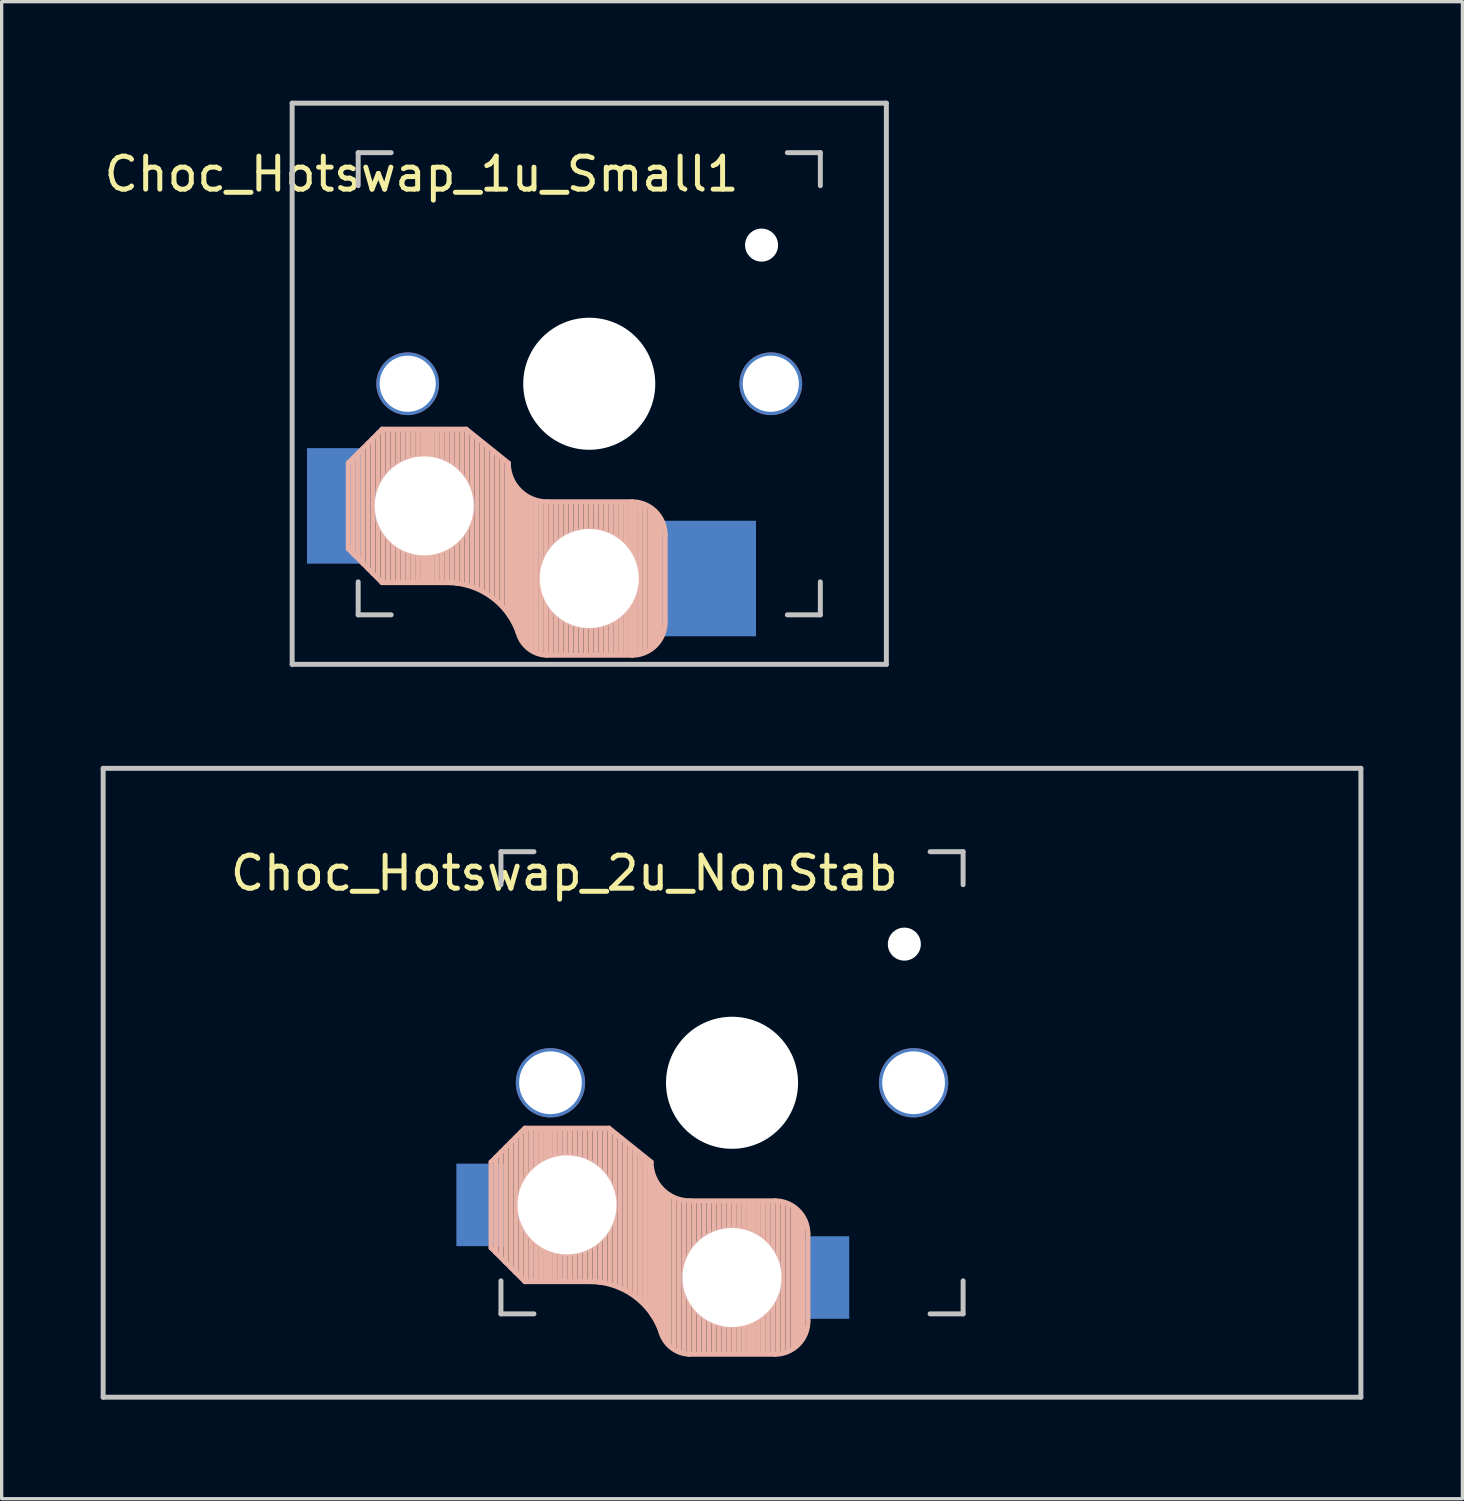
<source format=kicad_pcb>
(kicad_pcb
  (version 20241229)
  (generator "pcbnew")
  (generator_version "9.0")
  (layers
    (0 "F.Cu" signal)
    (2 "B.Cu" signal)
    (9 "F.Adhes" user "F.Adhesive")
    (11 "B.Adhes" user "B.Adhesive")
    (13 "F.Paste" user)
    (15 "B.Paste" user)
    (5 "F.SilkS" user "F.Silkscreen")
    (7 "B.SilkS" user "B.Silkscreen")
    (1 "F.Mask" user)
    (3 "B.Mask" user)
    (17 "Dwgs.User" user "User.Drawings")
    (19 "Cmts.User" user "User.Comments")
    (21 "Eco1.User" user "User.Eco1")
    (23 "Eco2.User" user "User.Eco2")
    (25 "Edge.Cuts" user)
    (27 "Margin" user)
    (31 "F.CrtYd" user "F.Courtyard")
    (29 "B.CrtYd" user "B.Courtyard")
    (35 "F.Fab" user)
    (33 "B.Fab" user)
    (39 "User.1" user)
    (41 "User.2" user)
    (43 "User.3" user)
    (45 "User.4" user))
  (footprint "Choc_Hotswap_2u_NonStab"
    (layer "F.Cu")
    (at 19.125 29.75)
    (property "Reference" "Choc_Hotswap_2u_NonStab" (at -5.08 -6.35 180) (layer "F.SilkS") (effects (font (size 1 1) (thickness 0.15))))
    (attr through_hole)
    (fp_line (start -7.3 2.4) (end -7.3 5) (stroke (width 0.15) (type solid)) (layer "B.SilkS"))
    (fp_line (start -7.3 2.4) (end -6.275 1.375) (stroke (width 0.15) (type solid)) (layer "B.SilkS"))
    (fp_line (start -7.3 5) (end -6.275 6.025) (stroke (width 0.15) (type solid)) (layer "B.SilkS"))
    (fp_line (start -7.15 5.15) (end -7.15 2.25) (stroke (width 0.15) (type solid)) (layer "B.SilkS"))
    (fp_line (start -7 5.25) (end -7 2.1) (stroke (width 0.15) (type solid)) (layer "B.SilkS"))
    (fp_line (start -6.85 5.45) (end -6.85 1.95) (stroke (width 0.15) (type solid)) (layer "B.SilkS"))
    (fp_line (start -6.7 5.6) (end -6.7 1.8) (stroke (width 0.15) (type solid)) (layer "B.SilkS"))
    (fp_line (start -6.55 5.75) (end -6.55 1.65) (stroke (width 0.15) (type solid)) (layer "B.SilkS"))
    (fp_line (start -6.4 5.85) (end -6.4 1.5) (stroke (width 0.15) (type solid)) (layer "B.SilkS"))
    (fp_line (start -6.25 6) (end -6.25 1.4) (stroke (width 0.15) (type solid)) (layer "B.SilkS"))
    (fp_line (start -6.1 6) (end -6.1 1.4) (stroke (width 0.15) (type solid)) (layer "B.SilkS"))
    (fp_line (start -5.95 6) (end -5.95 1.4) (stroke (width 0.15) (type solid)) (layer "B.SilkS"))
    (fp_line (start -5.8 6) (end -5.8 1.4) (stroke (width 0.15) (type solid)) (layer "B.SilkS"))
    (fp_line (start -5.65 6) (end -5.65 1.4) (stroke (width 0.15) (type solid)) (layer "B.SilkS"))
    (fp_line (start -5.5 6) (end -5.5 1.4) (stroke (width 0.15) (type solid)) (layer "B.SilkS"))
    (fp_line (start -5.35 6) (end -5.35 1.4) (stroke (width 0.15) (type solid)) (layer "B.SilkS"))
    (fp_line (start -5.2 6) (end -5.2 1.4) (stroke (width 0.15) (type solid)) (layer "B.SilkS"))
    (fp_line (start -5.05 6) (end -5.05 1.4) (stroke (width 0.15) (type solid)) (layer "B.SilkS"))
    (fp_line (start -4.9 6) (end -4.9 1.4) (stroke (width 0.15) (type solid)) (layer "B.SilkS"))
    (fp_line (start -4.75 6) (end -4.75 1.4) (stroke (width 0.15) (type solid)) (layer "B.SilkS"))
    (fp_line (start -4.6 6) (end -4.6 1.4) (stroke (width 0.15) (type solid)) (layer "B.SilkS"))
    (fp_line (start -4.45 6) (end -4.45 1.4) (stroke (width 0.15) (type solid)) (layer "B.SilkS"))
    (fp_line (start -4.3 6) (end -4.3 1.4) (stroke (width 0.15) (type solid)) (layer "B.SilkS"))
    (fp_line (start -4.3 6.025) (end -6.275 6.025) (stroke (width 0.15) (type solid)) (layer "B.SilkS"))
    (fp_line (start -4.15 6) (end -4.15 1.45) (stroke (width 0.15) (type solid)) (layer "B.SilkS"))
    (fp_line (start -4 6.05) (end -4 1.4) (stroke (width 0.15) (type solid)) (layer "B.SilkS"))
    (fp_line (start -3.85 6.05) (end -3.85 1.4) (stroke (width 0.15) (type solid)) (layer "B.SilkS"))
    (fp_line (start -3.725 1.375) (end -6.275 1.375) (stroke (width 0.15) (type solid)) (layer "B.SilkS"))
    (fp_line (start -3.725 1.375) (end -2.45 2.4) (stroke (width 0.15) (type solid)) (layer "B.SilkS"))
    (fp_line (start -3.7 6.05) (end -3.7 1.45) (stroke (width 0.15) (type solid)) (layer "B.SilkS"))
    (fp_line (start -3.55 6.1) (end -3.55 1.55) (stroke (width 0.15) (type solid)) (layer "B.SilkS"))
    (fp_line (start -3.4 6.2) (end -3.4 1.65) (stroke (width 0.15) (type solid)) (layer "B.SilkS"))
    (fp_line (start -3.25 6.25) (end -3.25 1.8) (stroke (width 0.15) (type solid)) (layer "B.SilkS"))
    (fp_line (start -3.1 6.35) (end -3.1 1.9) (stroke (width 0.15) (type solid)) (layer "B.SilkS"))
    (fp_line (start -2.95 6.45) (end -2.95 2.05) (stroke (width 0.15) (type solid)) (layer "B.SilkS"))
    (fp_line (start -2.8 6.55) (end -2.8 2.15) (stroke (width 0.15) (type solid)) (layer "B.SilkS"))
    (fp_line (start -2.65 6.7) (end -2.65 2.25) (stroke (width 0.15) (type solid)) (layer "B.SilkS"))
    (fp_line (start -2.5 6.85) (end -2.5 2.4) (stroke (width 0.15) (type solid)) (layer "B.SilkS"))
    (fp_line (start -2.4 7.05) (end -2.4 2.9) (stroke (width 0.15) (type solid)) (layer "B.SilkS"))
    (fp_line (start -2.3 7.2) (end -2.3 3.05) (stroke (width 0.15) (type solid)) (layer "B.SilkS"))
    (fp_line (start -2.2 7.4) (end -2.2 3.25) (stroke (width 0.15) (type solid)) (layer "B.SilkS"))
    (fp_line (start -2.1 7.55) (end -2.1 3.35) (stroke (width 0.15) (type solid)) (layer "B.SilkS"))
    (fp_line (start -2 7.8) (end -2 3.4) (stroke (width 0.15) (type solid)) (layer "B.SilkS"))
    (fp_line (start -1.9 7.95) (end -1.9 3.45) (stroke (width 0.15) (type solid)) (layer "B.SilkS"))
    (fp_line (start -1.75 8.05) (end -1.75 3.5) (stroke (width 0.15) (type solid)) (layer "B.SilkS"))
    (fp_line (start -1.6 8.15) (end -1.6 3.6) (stroke (width 0.15) (type solid)) (layer "B.SilkS"))
    (fp_line (start -1.45 8.2) (end -1.45 3.6) (stroke (width 0.15) (type solid)) (layer "B.SilkS"))
    (fp_line (start -1.3 8.2) (end -1.3 3.6) (stroke (width 0.15) (type solid)) (layer "B.SilkS"))
    (fp_line (start -1.15 8.2) (end -1.15 3.65) (stroke (width 0.15) (type solid)) (layer "B.SilkS"))
    (fp_line (start -1 8.2) (end -1 3.6) (stroke (width 0.15) (type solid)) (layer "B.SilkS"))
    (fp_line (start -0.85 8.2) (end -0.85 3.6) (stroke (width 0.15) (type solid)) (layer "B.SilkS"))
    (fp_line (start -0.7 8.2) (end -0.7 3.6) (stroke (width 0.15) (type solid)) (layer "B.SilkS"))
    (fp_line (start -0.55 8.2) (end -0.55 3.6) (stroke (width 0.15) (type solid)) (layer "B.SilkS"))
    (fp_line (start -0.4 8.2) (end -0.4 3.6) (stroke (width 0.15) (type solid)) (layer "B.SilkS"))
    (fp_line (start -0.25 8.2) (end -0.25 3.6) (stroke (width 0.15) (type solid)) (layer "B.SilkS"))
    (fp_line (start -0.1 8.2) (end -0.1 3.6) (stroke (width 0.15) (type solid)) (layer "B.SilkS"))
    (fp_line (start 0.05 8.2) (end 0.05 3.6) (stroke (width 0.15) (type solid)) (layer "B.SilkS"))
    (fp_line (start 0.2 8.2) (end 0.2 3.6) (stroke (width 0.15) (type solid)) (layer "B.SilkS"))
    (fp_line (start 0.35 8.2) (end 0.35 3.6) (stroke (width 0.15) (type solid)) (layer "B.SilkS"))
    (fp_line (start 0.5 8.2) (end 0.5 3.6) (stroke (width 0.15) (type solid)) (layer "B.SilkS"))
    (fp_line (start 0.65 8.2) (end 0.65 3.6) (stroke (width 0.15) (type solid)) (layer "B.SilkS"))
    (fp_line (start 0.8 8.2) (end 0.8 3.6) (stroke (width 0.15) (type solid)) (layer "B.SilkS"))
    (fp_line (start 0.95 8.2) (end 0.95 3.6) (stroke (width 0.15) (type solid)) (layer "B.SilkS"))
    (fp_line (start 1.1 8.2) (end 1.1 3.6) (stroke (width 0.15) (type solid)) (layer "B.SilkS"))
    (fp_line (start 1.25 8.2) (end 1.25 3.6) (stroke (width 0.15) (type solid)) (layer "B.SilkS"))
    (fp_line (start 1.3 3.575) (end -1.275 3.575) (stroke (width 0.15) (type solid)) (layer "B.SilkS"))
    (fp_line (start 1.3 8.225) (end -1.3 8.225) (stroke (width 0.15) (type solid)) (layer "B.SilkS"))
    (fp_line (start 1.4 8.2) (end 1.4 3.65) (stroke (width 0.15) (type solid)) (layer "B.SilkS"))
    (fp_line (start 1.55 8.15) (end 1.55 3.65) (stroke (width 0.15) (type solid)) (layer "B.SilkS"))
    (fp_line (start 1.7 8.1) (end 1.7 3.7) (stroke (width 0.15) (type solid)) (layer "B.SilkS"))
    (fp_line (start 1.85 8) (end 1.85 3.8) (stroke (width 0.15) (type solid)) (layer "B.SilkS"))
    (fp_line (start 1.95 7.9) (end 1.95 3.95) (stroke (width 0.15) (type solid)) (layer "B.SilkS"))
    (fp_line (start 2.05 7.8) (end 2.05 4.05) (stroke (width 0.15) (type solid)) (layer "B.SilkS"))
    (fp_line (start 2.15 7.65) (end 2.15 4.1) (stroke (width 0.15) (type solid)) (layer "B.SilkS"))
    (fp_line (start 2.3 4.575) (end 2.3 7.225) (stroke (width 0.15) (type solid)) (layer "B.SilkS"))
    (fp_arc (start -4.3 6.025) (mid -2.995114 6.436429) (end -2.162199 7.521904) (stroke (width 0.15) (type solid)) (layer "B.SilkS"))
    (fp_arc (start -1.300995 8.223791) (mid -1.848284 8.016021) (end -2.162199 7.521904) (stroke (width 0.15) (type solid)) (layer "B.SilkS"))
    (fp_arc (start -1.275 3.575) (mid -2.10585 3.23085) (end -2.45 2.4) (stroke (width 0.15) (type solid)) (layer "B.SilkS"))
    (fp_arc (start 1.3 3.575) (mid 2.007107 3.867893) (end 2.3 4.575) (stroke (width 0.15) (type solid)) (layer "B.SilkS"))
    (fp_arc (start 2.3 7.225) (mid 2.007107 7.932107) (end 1.3 8.225) (stroke (width 0.15) (type solid)) (layer "B.SilkS"))
    (fp_line (start -19.05 -9.525) (end 19.05 -9.525) (stroke (width 0.15) (type solid)) (layer "Dwgs.User"))
    (fp_line (start -19.05 9.525) (end -19.05 -9.525) (stroke (width 0.15) (type solid)) (layer "Dwgs.User"))
    (fp_line (start -7 -7) (end -6 -7) (stroke (width 0.15) (type solid)) (layer "Dwgs.User"))
    (fp_line (start -7 -6) (end -7 -7) (stroke (width 0.15) (type solid)) (layer "Dwgs.User"))
    (fp_line (start -7 7) (end -7 6) (stroke (width 0.15) (type solid)) (layer "Dwgs.User"))
    (fp_line (start -6 7) (end -7 7) (stroke (width 0.15) (type solid)) (layer "Dwgs.User"))
    (fp_line (start 6 7) (end 7 7) (stroke (width 0.15) (type solid)) (layer "Dwgs.User"))
    (fp_line (start 7 -7) (end 6 -7) (stroke (width 0.15) (type solid)) (layer "Dwgs.User"))
    (fp_line (start 7 -6) (end 7 -7) (stroke (width 0.15) (type solid)) (layer "Dwgs.User"))
    (fp_line (start 7 7) (end 7 6) (stroke (width 0.15) (type solid)) (layer "Dwgs.User"))
    (fp_line (start 19.05 -9.525) (end 19.05 9.525) (stroke (width 0.15) (type solid)) (layer "Dwgs.User"))
    (fp_line (start 19.05 9.525) (end -19.05 9.525) (stroke (width 0.15) (type solid)) (layer "Dwgs.User"))
    (pad "" np_thru_hole circle (at -5.5 0 90) (size 2.1 2.1) (drill 1.9) (layers "*.Cu" "*.Mask"))
    (pad "" np_thru_hole circle (at -5 3.7 90) (size 3.1 3.1) (drill 3) (layers "*.Cu" "*.Mask"))
    (pad "" np_thru_hole circle (at 0 0 90) (size 4 4) (drill 4) (layers "*.Cu" "*.Mask"))
    (pad "" np_thru_hole circle (at 0 5.9 90) (size 3.1 3.1) (drill 3) (layers "*.Cu" "*.Mask"))
    (pad "" np_thru_hole circle (at 5.22 -4.2) (size 1 1) (drill 1) (layers "*.Cu" "*.Mask"))
    (pad "" np_thru_hole circle (at 5.5 0 90) (size 2.1 2.1) (drill 1.9) (layers "*.Cu" "*.Mask"))
    (pad "1" smd rect (at -7.6 3.7 180) (size 1.5 2.5) (layers "B.Cu" "B.Mask" "B.Paste"))
    (pad "2" smd rect (at 2.8 5.9 180) (size 1.5 2.5) (layers "B.Cu" "B.Mask" "B.Paste")))
  (footprint "Choc_Hotswap_1u_Small1"
    (layer "F.Cu")
    (at 14.8 8.575)
    (property "Reference" "Choc_Hotswap_1u_Small1" (at -5.08 -6.35 180) (layer "F.SilkS") (effects (font (size 1 1) (thickness 0.15))))
    (attr through_hole)
    (fp_line (start -7.3 2.4) (end -7.3 5) (stroke (width 0.15) (type solid)) (layer "B.SilkS"))
    (fp_line (start -7.3 2.4) (end -6.275 1.375) (stroke (width 0.15) (type solid)) (layer "B.SilkS"))
    (fp_line (start -7.3 5) (end -6.275 6.025) (stroke (width 0.15) (type solid)) (layer "B.SilkS"))
    (fp_line (start -7.15 5.15) (end -7.15 2.25) (stroke (width 0.15) (type solid)) (layer "B.SilkS"))
    (fp_line (start -7 5.25) (end -7 2.1) (stroke (width 0.15) (type solid)) (layer "B.SilkS"))
    (fp_line (start -6.85 5.45) (end -6.85 1.95) (stroke (width 0.15) (type solid)) (layer "B.SilkS"))
    (fp_line (start -6.7 5.6) (end -6.7 1.8) (stroke (width 0.15) (type solid)) (layer "B.SilkS"))
    (fp_line (start -6.55 5.75) (end -6.55 1.65) (stroke (width 0.15) (type solid)) (layer "B.SilkS"))
    (fp_line (start -6.4 5.85) (end -6.4 1.5) (stroke (width 0.15) (type solid)) (layer "B.SilkS"))
    (fp_line (start -6.25 6) (end -6.25 1.4) (stroke (width 0.15) (type solid)) (layer "B.SilkS"))
    (fp_line (start -6.1 6) (end -6.1 1.4) (stroke (width 0.15) (type solid)) (layer "B.SilkS"))
    (fp_line (start -5.95 6) (end -5.95 1.4) (stroke (width 0.15) (type solid)) (layer "B.SilkS"))
    (fp_line (start -5.8 6) (end -5.8 1.4) (stroke (width 0.15) (type solid)) (layer "B.SilkS"))
    (fp_line (start -5.65 6) (end -5.65 1.4) (stroke (width 0.15) (type solid)) (layer "B.SilkS"))
    (fp_line (start -5.5 6) (end -5.5 1.4) (stroke (width 0.15) (type solid)) (layer "B.SilkS"))
    (fp_line (start -5.35 6) (end -5.35 1.4) (stroke (width 0.15) (type solid)) (layer "B.SilkS"))
    (fp_line (start -5.2 6) (end -5.2 1.4) (stroke (width 0.15) (type solid)) (layer "B.SilkS"))
    (fp_line (start -5.05 6) (end -5.05 1.4) (stroke (width 0.15) (type solid)) (layer "B.SilkS"))
    (fp_line (start -4.9 6) (end -4.9 1.4) (stroke (width 0.15) (type solid)) (layer "B.SilkS"))
    (fp_line (start -4.75 6) (end -4.75 1.4) (stroke (width 0.15) (type solid)) (layer "B.SilkS"))
    (fp_line (start -4.6 6) (end -4.6 1.4) (stroke (width 0.15) (type solid)) (layer "B.SilkS"))
    (fp_line (start -4.45 6) (end -4.45 1.4) (stroke (width 0.15) (type solid)) (layer "B.SilkS"))
    (fp_line (start -4.3 6) (end -4.3 1.4) (stroke (width 0.15) (type solid)) (layer "B.SilkS"))
    (fp_line (start -4.3 6.025) (end -6.275 6.025) (stroke (width 0.15) (type solid)) (layer "B.SilkS"))
    (fp_line (start -4.15 6) (end -4.15 1.45) (stroke (width 0.15) (type solid)) (layer "B.SilkS"))
    (fp_line (start -4 6.05) (end -4 1.4) (stroke (width 0.15) (type solid)) (layer "B.SilkS"))
    (fp_line (start -3.85 6.05) (end -3.85 1.4) (stroke (width 0.15) (type solid)) (layer "B.SilkS"))
    (fp_line (start -3.725 1.375) (end -6.275 1.375) (stroke (width 0.15) (type solid)) (layer "B.SilkS"))
    (fp_line (start -3.725 1.375) (end -2.45 2.4) (stroke (width 0.15) (type solid)) (layer "B.SilkS"))
    (fp_line (start -3.7 6.05) (end -3.7 1.45) (stroke (width 0.15) (type solid)) (layer "B.SilkS"))
    (fp_line (start -3.55 6.1) (end -3.55 1.55) (stroke (width 0.15) (type solid)) (layer "B.SilkS"))
    (fp_line (start -3.4 6.2) (end -3.4 1.65) (stroke (width 0.15) (type solid)) (layer "B.SilkS"))
    (fp_line (start -3.25 6.25) (end -3.25 1.8) (stroke (width 0.15) (type solid)) (layer "B.SilkS"))
    (fp_line (start -3.1 6.35) (end -3.1 1.9) (stroke (width 0.15) (type solid)) (layer "B.SilkS"))
    (fp_line (start -2.95 6.45) (end -2.95 2.05) (stroke (width 0.15) (type solid)) (layer "B.SilkS"))
    (fp_line (start -2.8 6.55) (end -2.8 2.15) (stroke (width 0.15) (type solid)) (layer "B.SilkS"))
    (fp_line (start -2.65 6.7) (end -2.65 2.25) (stroke (width 0.15) (type solid)) (layer "B.SilkS"))
    (fp_line (start -2.5 6.85) (end -2.5 2.4) (stroke (width 0.15) (type solid)) (layer "B.SilkS"))
    (fp_line (start -2.4 7.05) (end -2.4 2.9) (stroke (width 0.15) (type solid)) (layer "B.SilkS"))
    (fp_line (start -2.3 7.2) (end -2.3 3.05) (stroke (width 0.15) (type solid)) (layer "B.SilkS"))
    (fp_line (start -2.2 7.4) (end -2.2 3.25) (stroke (width 0.15) (type solid)) (layer "B.SilkS"))
    (fp_line (start -2.1 7.55) (end -2.1 3.35) (stroke (width 0.15) (type solid)) (layer "B.SilkS"))
    (fp_line (start -2 7.8) (end -2 3.4) (stroke (width 0.15) (type solid)) (layer "B.SilkS"))
    (fp_line (start -1.9 7.95) (end -1.9 3.45) (stroke (width 0.15) (type solid)) (layer "B.SilkS"))
    (fp_line (start -1.75 8.05) (end -1.75 3.5) (stroke (width 0.15) (type solid)) (layer "B.SilkS"))
    (fp_line (start -1.6 8.15) (end -1.6 3.6) (stroke (width 0.15) (type solid)) (layer "B.SilkS"))
    (fp_line (start -1.45 8.2) (end -1.45 3.6) (stroke (width 0.15) (type solid)) (layer "B.SilkS"))
    (fp_line (start -1.3 8.2) (end -1.3 3.6) (stroke (width 0.15) (type solid)) (layer "B.SilkS"))
    (fp_line (start -1.15 8.2) (end -1.15 3.65) (stroke (width 0.15) (type solid)) (layer "B.SilkS"))
    (fp_line (start -1 8.2) (end -1 3.6) (stroke (width 0.15) (type solid)) (layer "B.SilkS"))
    (fp_line (start -0.85 8.2) (end -0.85 3.6) (stroke (width 0.15) (type solid)) (layer "B.SilkS"))
    (fp_line (start -0.7 8.2) (end -0.7 3.6) (stroke (width 0.15) (type solid)) (layer "B.SilkS"))
    (fp_line (start -0.55 8.2) (end -0.55 3.6) (stroke (width 0.15) (type solid)) (layer "B.SilkS"))
    (fp_line (start -0.4 8.2) (end -0.4 3.6) (stroke (width 0.15) (type solid)) (layer "B.SilkS"))
    (fp_line (start -0.25 8.2) (end -0.25 3.6) (stroke (width 0.15) (type solid)) (layer "B.SilkS"))
    (fp_line (start -0.1 8.2) (end -0.1 3.6) (stroke (width 0.15) (type solid)) (layer "B.SilkS"))
    (fp_line (start 0.05 8.2) (end 0.05 3.6) (stroke (width 0.15) (type solid)) (layer "B.SilkS"))
    (fp_line (start 0.2 8.2) (end 0.2 3.6) (stroke (width 0.15) (type solid)) (layer "B.SilkS"))
    (fp_line (start 0.35 8.2) (end 0.35 3.6) (stroke (width 0.15) (type solid)) (layer "B.SilkS"))
    (fp_line (start 0.5 8.2) (end 0.5 3.6) (stroke (width 0.15) (type solid)) (layer "B.SilkS"))
    (fp_line (start 0.65 8.2) (end 0.65 3.6) (stroke (width 0.15) (type solid)) (layer "B.SilkS"))
    (fp_line (start 0.8 8.2) (end 0.8 3.6) (stroke (width 0.15) (type solid)) (layer "B.SilkS"))
    (fp_line (start 0.95 8.2) (end 0.95 3.6) (stroke (width 0.15) (type solid)) (layer "B.SilkS"))
    (fp_line (start 1.1 8.2) (end 1.1 3.6) (stroke (width 0.15) (type solid)) (layer "B.SilkS"))
    (fp_line (start 1.25 8.2) (end 1.25 3.6) (stroke (width 0.15) (type solid)) (layer "B.SilkS"))
    (fp_line (start 1.3 3.575) (end -1.275 3.575) (stroke (width 0.15) (type solid)) (layer "B.SilkS"))
    (fp_line (start 1.3 8.225) (end -1.3 8.225) (stroke (width 0.15) (type solid)) (layer "B.SilkS"))
    (fp_line (start 1.4 8.2) (end 1.4 3.65) (stroke (width 0.15) (type solid)) (layer "B.SilkS"))
    (fp_line (start 1.55 8.15) (end 1.55 3.65) (stroke (width 0.15) (type solid)) (layer "B.SilkS"))
    (fp_line (start 1.7 8.1) (end 1.7 3.7) (stroke (width 0.15) (type solid)) (layer "B.SilkS"))
    (fp_line (start 1.85 8) (end 1.85 3.8) (stroke (width 0.15) (type solid)) (layer "B.SilkS"))
    (fp_line (start 1.95 7.9) (end 1.95 3.95) (stroke (width 0.15) (type solid)) (layer "B.SilkS"))
    (fp_line (start 2.05 7.8) (end 2.05 4.05) (stroke (width 0.15) (type solid)) (layer "B.SilkS"))
    (fp_line (start 2.15 7.65) (end 2.15 4.1) (stroke (width 0.15) (type solid)) (layer "B.SilkS"))
    (fp_line (start 2.3 4.575) (end 2.3 7.225) (stroke (width 0.15) (type solid)) (layer "B.SilkS"))
    (fp_arc (start -4.3 6.025) (mid -2.995114 6.436429) (end -2.162199 7.521904) (stroke (width 0.15) (type solid)) (layer "B.SilkS"))
    (fp_arc (start -1.300995 8.223791) (mid -1.848284 8.016021) (end -2.162199 7.521904) (stroke (width 0.15) (type solid)) (layer "B.SilkS"))
    (fp_arc (start -1.275 3.575) (mid -2.10585 3.23085) (end -2.45 2.4) (stroke (width 0.15) (type solid)) (layer "B.SilkS"))
    (fp_arc (start 1.3 3.575) (mid 2.007107 3.867893) (end 2.3 4.575) (stroke (width 0.15) (type solid)) (layer "B.SilkS"))
    (fp_arc (start 2.3 7.225) (mid 2.007107 7.932107) (end 1.3 8.225) (stroke (width 0.15) (type solid)) (layer "B.SilkS"))
    (fp_line (start -9 -8.5) (end 9 -8.5) (stroke (width 0.15) (type solid)) (layer "Dwgs.User"))
    (fp_line (start -9 8.5) (end -9 -8.5) (stroke (width 0.15) (type solid)) (layer "Dwgs.User"))
    (fp_line (start -7 -7) (end -6 -7) (stroke (width 0.15) (type solid)) (layer "Dwgs.User"))
    (fp_line (start -7 -6) (end -7 -7) (stroke (width 0.15) (type solid)) (layer "Dwgs.User"))
    (fp_line (start -7 7) (end -7 6) (stroke (width 0.15) (type solid)) (layer "Dwgs.User"))
    (fp_line (start -6 7) (end -7 7) (stroke (width 0.15) (type solid)) (layer "Dwgs.User"))
    (fp_line (start 6 7) (end 7 7) (stroke (width 0.15) (type solid)) (layer "Dwgs.User"))
    (fp_line (start 7 -7) (end 6 -7) (stroke (width 0.15) (type solid)) (layer "Dwgs.User"))
    (fp_line (start 7 -6) (end 7 -7) (stroke (width 0.15) (type solid)) (layer "Dwgs.User"))
    (fp_line (start 7 7) (end 7 6) (stroke (width 0.15) (type solid)) (layer "Dwgs.User"))
    (fp_line (start 9 -8.5) (end 9 8.5) (stroke (width 0.15) (type solid)) (layer "Dwgs.User"))
    (fp_line (start 9 8.5) (end -9 8.5) (stroke (width 0.15) (type solid)) (layer "Dwgs.User"))
    (pad "" np_thru_hole circle (at -5.5 0 90) (size 1.9 1.9) (drill 1.7) (layers "*.Cu" "*.Mask"))
    (pad "" np_thru_hole circle (at -5 3.7 90) (size 3.1 3.1) (drill 3) (layers "*.Cu" "*.Mask"))
    (pad "" np_thru_hole circle (at 0 0 90) (size 4 4) (drill 4) (layers "*.Cu" "*.Mask"))
    (pad "" np_thru_hole circle (at 0 5.9 90) (size 3.1 3.1) (drill 3) (layers "*.Cu" "*.Mask"))
    (pad "" np_thru_hole circle (at 5.22 -4.2) (size 1 1) (drill 1) (layers "*.Cu" "*.Mask"))
    (pad "" np_thru_hole circle (at 5.5 0 90) (size 1.9 1.9) (drill 1.7) (layers "*.Cu" "*.Mask"))
    (pad "1" smd rect (at -7.7 3.7 180) (size 1.7 3.5) (layers "B.Cu" "B.Mask" "B.Paste"))
    (pad "2" smd rect (at 3.55 5.9 180) (size 3 3.5) (layers "B.Cu" "B.Mask" "B.Paste")))
  (gr_rect
    (start -3 -3)
    (end 41.25 42.35)
    (stroke (width 0.1) (type default))
    (fill no)
    (layer "Edge.Cuts")))
</source>
